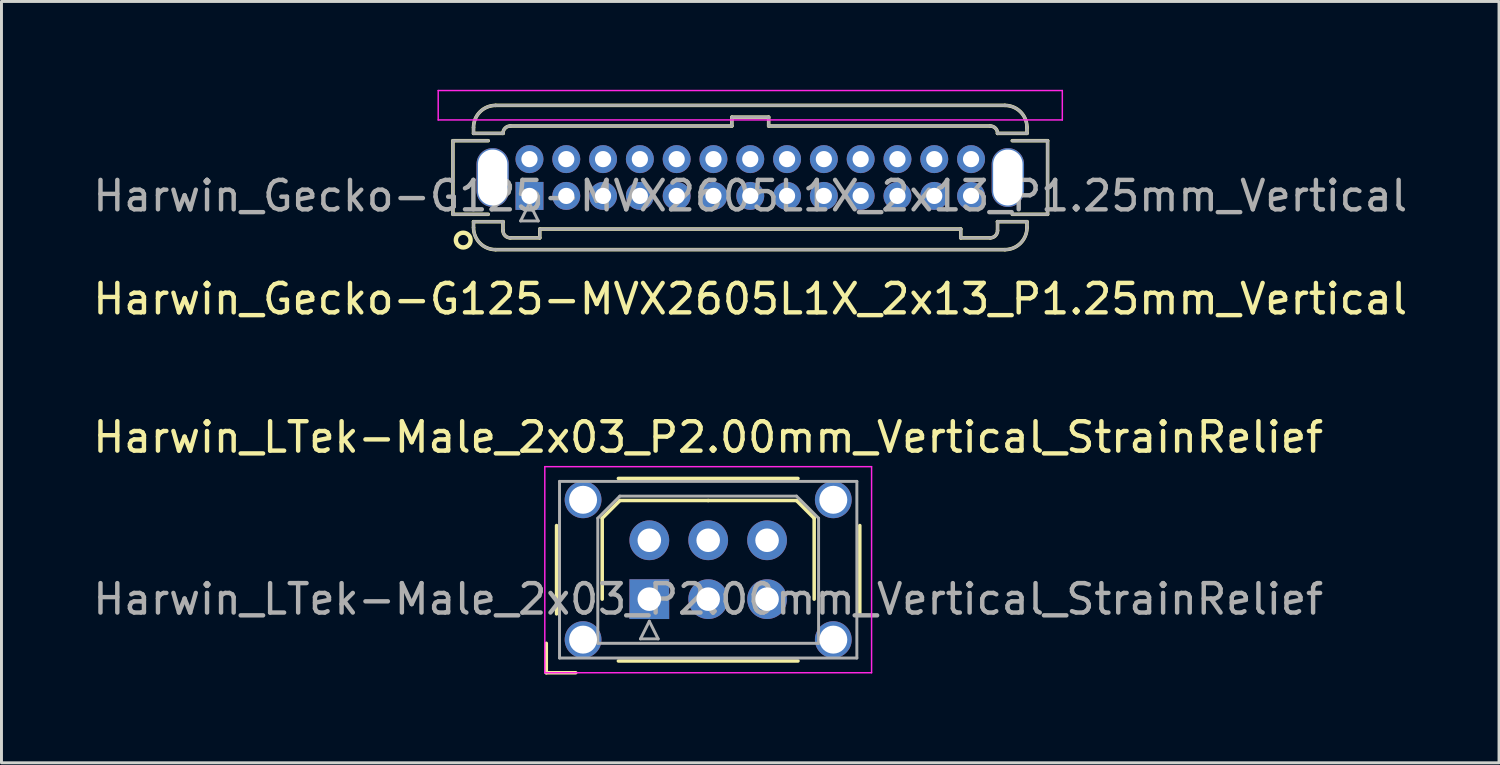
<source format=kicad_pcb>
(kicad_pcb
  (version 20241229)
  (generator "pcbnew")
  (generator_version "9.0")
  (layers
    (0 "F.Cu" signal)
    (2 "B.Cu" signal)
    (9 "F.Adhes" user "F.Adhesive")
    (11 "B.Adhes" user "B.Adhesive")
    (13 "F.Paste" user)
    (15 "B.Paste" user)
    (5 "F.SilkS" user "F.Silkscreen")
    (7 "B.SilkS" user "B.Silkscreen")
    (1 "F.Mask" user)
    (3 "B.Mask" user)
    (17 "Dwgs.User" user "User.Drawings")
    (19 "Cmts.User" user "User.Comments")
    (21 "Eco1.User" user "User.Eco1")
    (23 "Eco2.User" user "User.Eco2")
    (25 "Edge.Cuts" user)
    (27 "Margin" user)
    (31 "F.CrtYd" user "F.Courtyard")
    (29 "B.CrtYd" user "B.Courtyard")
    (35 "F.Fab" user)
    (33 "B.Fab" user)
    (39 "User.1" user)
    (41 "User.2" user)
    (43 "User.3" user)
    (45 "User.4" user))
  (footprint "Harwin_Gecko-G125-MVX2605L1X_2x13_P1.25mm_Vertical"
    (layer "F.Cu")
    (at 14.935 3.605)
    (property "Reference" "Harwin_Gecko-G125-MVX2605L1X_2x13_P1.25mm_Vertical" (at 7.5 3.5 0) (layer "F.SilkS") (effects (font (size 1 1) (thickness 0.15))))
    (attr through_hole)
    (fp_line (start -2.6 -1.875) (end -2.6 0.625) (stroke (width 0.12) (type solid)) (layer "F.SilkS"))
    (fp_line (start -2.6 0.625) (end -1.4 0.625) (stroke (width 0.12) (type solid)) (layer "F.SilkS"))
    (fp_line (start -1.9 -2.325) (end -1.9 -2.125) (stroke (width 0.12) (type solid)) (layer "F.SilkS"))
    (fp_line (start -1.9 -2.125) (end -0.9 -2.125) (stroke (width 0.12) (type solid)) (layer "F.SilkS"))
    (fp_line (start -1.9 0.875) (end -0.9 0.875) (stroke (width 0.12) (type solid)) (layer "F.SilkS"))
    (fp_line (start -1.9 1.075) (end -1.9 0.875) (stroke (width 0.12) (type solid)) (layer "F.SilkS"))
    (fp_line (start -1.4 -1.875) (end -2.6 -1.875) (stroke (width 0.12) (type solid)) (layer "F.SilkS"))
    (fp_line (start -1.15 -3.075) (end 16.15 -3.075) (stroke (width 0.12) (type solid)) (layer "F.SilkS"))
    (fp_line (start -1.15 1.825) (end 16.15 1.825) (stroke (width 0.12) (type solid)) (layer "F.SilkS"))
    (fp_line (start -0.9 -2.125) (end -0.9 -2.125) (stroke (width 0.12) (type solid)) (layer "F.SilkS"))
    (fp_line (start -0.9 0.875) (end -0.9 0.875) (stroke (width 0.12) (type solid)) (layer "F.SilkS"))
    (fp_line (start -0.9 1.175) (end -0.9 0.875) (stroke (width 0.12) (type solid)) (layer "F.SilkS"))
    (fp_line (start -0.65 -2.375) (end 6.875 -2.375) (stroke (width 0.12) (type solid)) (layer "F.SilkS"))
    (fp_line (start -0.65 1.425) (end 0.35 1.425) (stroke (width 0.12) (type solid)) (layer "F.SilkS"))
    (fp_line (start 0.35 1.125) (end 14.65 1.125) (stroke (width 0.12) (type solid)) (layer "F.SilkS"))
    (fp_line (start 0.35 1.425) (end 0.35 1.125) (stroke (width 0.12) (type solid)) (layer "F.SilkS"))
    (fp_line (start 6.875 -2.675) (end 8.125 -2.675) (stroke (width 0.12) (type solid)) (layer "F.SilkS"))
    (fp_line (start 6.875 -2.375) (end 6.875 -2.675) (stroke (width 0.12) (type solid)) (layer "F.SilkS"))
    (fp_line (start 8.125 -2.675) (end 8.125 -2.375) (stroke (width 0.12) (type solid)) (layer "F.SilkS"))
    (fp_line (start 8.125 -2.375) (end 15.65 -2.375) (stroke (width 0.12) (type solid)) (layer "F.SilkS"))
    (fp_line (start 14.65 1.125) (end 14.65 1.425) (stroke (width 0.12) (type solid)) (layer "F.SilkS"))
    (fp_line (start 14.65 1.425) (end 15.65 1.425) (stroke (width 0.12) (type solid)) (layer "F.SilkS"))
    (fp_line (start 15.9 -2.125) (end 15.9 -2.125) (stroke (width 0.12) (type solid)) (layer "F.SilkS"))
    (fp_line (start 15.9 0.875) (end 15.9 0.875) (stroke (width 0.12) (type solid)) (layer "F.SilkS"))
    (fp_line (start 15.9 1.175) (end 15.9 0.875) (stroke (width 0.12) (type solid)) (layer "F.SilkS"))
    (fp_line (start 16.4 -1.875) (end 17.6 -1.875) (stroke (width 0.12) (type solid)) (layer "F.SilkS"))
    (fp_line (start 16.9 -2.325) (end 16.9 -2.125) (stroke (width 0.12) (type solid)) (layer "F.SilkS"))
    (fp_line (start 16.9 -2.125) (end 15.9 -2.125) (stroke (width 0.12) (type solid)) (layer "F.SilkS"))
    (fp_line (start 16.9 0.875) (end 15.9 0.875) (stroke (width 0.12) (type solid)) (layer "F.SilkS"))
    (fp_line (start 16.9 1.075) (end 16.9 0.875) (stroke (width 0.12) (type solid)) (layer "F.SilkS"))
    (fp_line (start 17.6 -1.875) (end 17.6 0.625) (stroke (width 0.12) (type solid)) (layer "F.SilkS"))
    (fp_line (start 17.6 0.625) (end 16.4 0.625) (stroke (width 0.12) (type solid)) (layer "F.SilkS"))
    (fp_arc (start -1.9 -2.325) (mid -1.68033 -2.85533) (end -1.15 -3.075) (stroke (width 0.12) (type solid)) (layer "F.SilkS"))
    (fp_arc (start -1.15 1.825) (mid -1.68033 1.60533) (end -1.9 1.075) (stroke (width 0.12) (type solid)) (layer "F.SilkS"))
    (fp_arc (start -0.9 -2.125) (mid -0.826777 -2.301777) (end -0.65 -2.375) (stroke (width 0.12) (type solid)) (layer "F.SilkS"))
    (fp_arc (start -0.65 1.425) (mid -0.826777 1.351777) (end -0.9 1.175) (stroke (width 0.12) (type solid)) (layer "F.SilkS"))
    (fp_arc (start 15.65 -2.375) (mid 15.826777 -2.301777) (end 15.9 -2.125) (stroke (width 0.12) (type solid)) (layer "F.SilkS"))
    (fp_arc (start 15.9 1.175) (mid 15.826777 1.351777) (end 15.65 1.425) (stroke (width 0.12) (type solid)) (layer "F.SilkS"))
    (fp_arc (start 16.15 -3.075) (mid 16.68033 -2.85533) (end 16.9 -2.325) (stroke (width 0.12) (type solid)) (layer "F.SilkS"))
    (fp_arc (start 16.9 1.075) (mid 16.68033 1.60533) (end 16.15 1.825) (stroke (width 0.12) (type solid)) (layer "F.SilkS"))
    (fp_circle (center -2.25 1.5) (end -2 1.5) (stroke (width 0.15) (type solid)) (fill no) (layer "F.SilkS"))
    (fp_line (start -3.1 -3.58) (end -3.1 -2.58) (stroke (width 0.05) (type solid)) (layer "F.CrtYd"))
    (fp_line (start -3.1 -2.58) (end 18.1 -2.58) (stroke (width 0.05) (type solid)) (layer "F.CrtYd"))
    (fp_line (start 18.1 -3.58) (end -3.1 -3.58) (stroke (width 0.05) (type solid)) (layer "F.CrtYd"))
    (fp_line (start 18.1 -2.58) (end 18.1 -3.58) (stroke (width 0.05) (type solid)) (layer "F.CrtYd"))
    (fp_line (start -2.6 -1.875) (end -2.6 0.625) (stroke (width 0.1) (type solid)) (layer "F.Fab"))
    (fp_line (start -2.6 0.625) (end -1.4 0.625) (stroke (width 0.1) (type solid)) (layer "F.Fab"))
    (fp_line (start -1.9 -2.325) (end -1.9 -2.125) (stroke (width 0.1) (type solid)) (layer "F.Fab"))
    (fp_line (start -1.9 -2.125) (end -0.9 -2.125) (stroke (width 0.1) (type solid)) (layer "F.Fab"))
    (fp_line (start -1.9 0.875) (end -0.9 0.875) (stroke (width 0.1) (type solid)) (layer "F.Fab"))
    (fp_line (start -1.9 1.075) (end -1.9 0.875) (stroke (width 0.1) (type solid)) (layer "F.Fab"))
    (fp_line (start -1.4 -1.875) (end -2.6 -1.875) (stroke (width 0.1) (type solid)) (layer "F.Fab"))
    (fp_line (start -1.15 -3.075) (end 16.15 -3.075) (stroke (width 0.1) (type solid)) (layer "F.Fab"))
    (fp_line (start -1.15 1.825) (end 16.15 1.825) (stroke (width 0.1) (type solid)) (layer "F.Fab"))
    (fp_line (start -0.9 -2.125) (end -0.9 -2.125) (stroke (width 0.1) (type solid)) (layer "F.Fab"))
    (fp_line (start -0.9 0.875) (end -0.9 0.875) (stroke (width 0.1) (type solid)) (layer "F.Fab"))
    (fp_line (start -0.9 1.175) (end -0.9 0.875) (stroke (width 0.1) (type solid)) (layer "F.Fab"))
    (fp_line (start -0.65 -2.375) (end 6.875 -2.375) (stroke (width 0.1) (type solid)) (layer "F.Fab"))
    (fp_line (start -0.65 1.425) (end 0.35 1.425) (stroke (width 0.1) (type solid)) (layer "F.Fab"))
    (fp_line (start -0.3 0.85) (end 0.3 0.85) (stroke (width 0.1) (type solid)) (layer "F.Fab"))
    (fp_line (start 0 0.25) (end -0.3 0.85) (stroke (width 0.1) (type solid)) (layer "F.Fab"))
    (fp_line (start 0.3 0.85) (end 0 0.25) (stroke (width 0.1) (type solid)) (layer "F.Fab"))
    (fp_line (start 0.35 1.125) (end 14.65 1.125) (stroke (width 0.1) (type solid)) (layer "F.Fab"))
    (fp_line (start 0.35 1.425) (end 0.35 1.125) (stroke (width 0.1) (type solid)) (layer "F.Fab"))
    (fp_line (start 6.875 -2.675) (end 8.125 -2.675) (stroke (width 0.1) (type solid)) (layer "F.Fab"))
    (fp_line (start 6.875 -2.375) (end 6.875 -2.675) (stroke (width 0.1) (type solid)) (layer "F.Fab"))
    (fp_line (start 8.125 -2.675) (end 8.125 -2.375) (stroke (width 0.1) (type solid)) (layer "F.Fab"))
    (fp_line (start 8.125 -2.375) (end 15.65 -2.375) (stroke (width 0.1) (type solid)) (layer "F.Fab"))
    (fp_line (start 14.65 1.125) (end 14.65 1.425) (stroke (width 0.1) (type solid)) (layer "F.Fab"))
    (fp_line (start 14.65 1.425) (end 15.65 1.425) (stroke (width 0.1) (type solid)) (layer "F.Fab"))
    (fp_line (start 15.9 -2.125) (end 15.9 -2.125) (stroke (width 0.1) (type solid)) (layer "F.Fab"))
    (fp_line (start 15.9 0.875) (end 15.9 0.875) (stroke (width 0.1) (type solid)) (layer "F.Fab"))
    (fp_line (start 15.9 1.175) (end 15.9 0.875) (stroke (width 0.1) (type solid)) (layer "F.Fab"))
    (fp_line (start 16.4 -1.875) (end 17.6 -1.875) (stroke (width 0.1) (type solid)) (layer "F.Fab"))
    (fp_line (start 16.9 -2.325) (end 16.9 -2.125) (stroke (width 0.1) (type solid)) (layer "F.Fab"))
    (fp_line (start 16.9 -2.125) (end 15.9 -2.125) (stroke (width 0.1) (type solid)) (layer "F.Fab"))
    (fp_line (start 16.9 0.875) (end 15.9 0.875) (stroke (width 0.1) (type solid)) (layer "F.Fab"))
    (fp_line (start 16.9 1.075) (end 16.9 0.875) (stroke (width 0.1) (type solid)) (layer "F.Fab"))
    (fp_line (start 17.6 -1.875) (end 17.6 0.625) (stroke (width 0.1) (type solid)) (layer "F.Fab"))
    (fp_line (start 17.6 0.625) (end 16.4 0.625) (stroke (width 0.1) (type solid)) (layer "F.Fab"))
    (fp_arc (start -1.9 -2.325) (mid -1.68033 -2.85533) (end -1.15 -3.075) (stroke (width 0.1) (type solid)) (layer "F.Fab"))
    (fp_arc (start -1.15 1.825) (mid -1.68033 1.60533) (end -1.9 1.075) (stroke (width 0.1) (type solid)) (layer "F.Fab"))
    (fp_arc (start -0.9 -2.125) (mid -0.826777 -2.301777) (end -0.65 -2.375) (stroke (width 0.1) (type solid)) (layer "F.Fab"))
    (fp_arc (start -0.65 1.425) (mid -0.826777 1.351777) (end -0.9 1.175) (stroke (width 0.1) (type solid)) (layer "F.Fab"))
    (fp_arc (start 15.65 -2.375) (mid 15.826777 -2.301777) (end 15.9 -2.125) (stroke (width 0.1) (type solid)) (layer "F.Fab"))
    (fp_arc (start 15.9 1.175) (mid 15.826777 1.351777) (end 15.65 1.425) (stroke (width 0.1) (type solid)) (layer "F.Fab"))
    (fp_arc (start 16.15 -3.075) (mid 16.68033 -2.85533) (end 16.9 -2.325) (stroke (width 0.1) (type solid)) (layer "F.Fab"))
    (fp_arc (start 16.9 1.075) (mid 16.68033 1.60533) (end 16.15 1.825) (stroke (width 0.1) (type solid)) (layer "F.Fab"))
    (fp_text user "${REFERENCE}" (at 7.5 0 0) (layer "F.Fab") (effects (font (size 1 1) (thickness 0.15))))
    (pad "" np_thru_hole oval (at -1.25 -0.625) (size 1.1 2) (drill oval 1 1.9) (layers "*.Cu" "*.Mask"))
    (pad "" np_thru_hole oval (at 16.25 -0.625) (size 1.1 2) (drill oval 1 1.9) (layers "*.Cu" "*.Mask"))
    (pad "1" thru_hole rect (at 0 0) (size 0.95 0.95) (drill 0.55) (layers "*.Cu" "*.Mask"))
    (pad "2" thru_hole circle (at 0 -1.25) (size 0.95 0.95) (drill 0.55) (layers "*.Cu" "*.Mask"))
    (pad "3" thru_hole circle (at 1.25 0) (size 0.95 0.95) (drill 0.55) (layers "*.Cu" "*.Mask"))
    (pad "4" thru_hole circle (at 1.25 -1.25) (size 0.95 0.95) (drill 0.55) (layers "*.Cu" "*.Mask"))
    (pad "5" thru_hole circle (at 2.5 0) (size 0.95 0.95) (drill 0.55) (layers "*.Cu" "*.Mask"))
    (pad "6" thru_hole circle (at 2.5 -1.25) (size 0.95 0.95) (drill 0.55) (layers "*.Cu" "*.Mask"))
    (pad "7" thru_hole circle (at 3.75 0) (size 0.95 0.95) (drill 0.55) (layers "*.Cu" "*.Mask"))
    (pad "8" thru_hole circle (at 3.75 -1.25) (size 0.95 0.95) (drill 0.55) (layers "*.Cu" "*.Mask"))
    (pad "9" thru_hole circle (at 5 0) (size 0.95 0.95) (drill 0.55) (layers "*.Cu" "*.Mask"))
    (pad "10" thru_hole circle (at 5 -1.25) (size 0.95 0.95) (drill 0.55) (layers "*.Cu" "*.Mask"))
    (pad "11" thru_hole circle (at 6.25 0) (size 0.95 0.95) (drill 0.55) (layers "*.Cu" "*.Mask"))
    (pad "12" thru_hole circle (at 6.25 -1.25) (size 0.95 0.95) (drill 0.55) (layers "*.Cu" "*.Mask"))
    (pad "13" thru_hole circle (at 7.5 0) (size 0.95 0.95) (drill 0.55) (layers "*.Cu" "*.Mask"))
    (pad "14" thru_hole circle (at 7.5 -1.25) (size 0.95 0.95) (drill 0.55) (layers "*.Cu" "*.Mask"))
    (pad "15" thru_hole circle (at 8.75 0) (size 0.95 0.95) (drill 0.55) (layers "*.Cu" "*.Mask"))
    (pad "16" thru_hole circle (at 8.75 -1.25) (size 0.95 0.95) (drill 0.55) (layers "*.Cu" "*.Mask"))
    (pad "17" thru_hole circle (at 10 0) (size 0.95 0.95) (drill 0.55) (layers "*.Cu" "*.Mask"))
    (pad "18" thru_hole circle (at 10 -1.25) (size 0.95 0.95) (drill 0.55) (layers "*.Cu" "*.Mask"))
    (pad "19" thru_hole circle (at 11.25 0) (size 0.95 0.95) (drill 0.55) (layers "*.Cu" "*.Mask"))
    (pad "20" thru_hole circle (at 11.25 -1.25) (size 0.95 0.95) (drill 0.55) (layers "*.Cu" "*.Mask"))
    (pad "21" thru_hole circle (at 12.5 0) (size 0.95 0.95) (drill 0.55) (layers "*.Cu" "*.Mask"))
    (pad "22" thru_hole circle (at 12.5 -1.25) (size 0.95 0.95) (drill 0.55) (layers "*.Cu" "*.Mask"))
    (pad "23" thru_hole circle (at 13.75 0) (size 0.95 0.95) (drill 0.55) (layers "*.Cu" "*.Mask"))
    (pad "24" thru_hole circle (at 13.75 -1.25) (size 0.95 0.95) (drill 0.55) (layers "*.Cu" "*.Mask"))
    (pad "25" thru_hole circle (at 15 0) (size 0.95 0.95) (drill 0.55) (layers "*.Cu" "*.Mask"))
    (pad "26" thru_hole circle (at 15 -1.25) (size 0.95 0.95) (drill 0.55) (layers "*.Cu" "*.Mask")))
  (footprint "Harwin_LTek-Male_2x03_P2.00mm_Vertical_StrainRelief"
    (layer "F.Cu")
    (at 19.006 17.302)
    (property "Reference" "Harwin_LTek-Male_2x03_P2.00mm_Vertical_StrainRelief" (at 2 -5.5 0) (layer "F.SilkS") (effects (font (size 1 1) (thickness 0.15))))
    (attr through_hole)
    (fp_line (start -3.5 1.5) (end -3.5 2.5) (stroke (width 0.12) (type solid)) (layer "F.SilkS"))
    (fp_line (start -3.5 2.5) (end -2.5 2.5) (stroke (width 0.12) (type solid)) (layer "F.SilkS"))
    (fp_line (start -3.15 -2.5) (end -3.15 0.5) (stroke (width 0.12) (type solid)) (layer "F.SilkS"))
    (fp_line (start -1.6 -2.75) (end -1 -3.35) (stroke (width 0.12) (type solid)) (layer "F.SilkS"))
    (fp_line (start -1.6 0) (end -1.6 -2.75) (stroke (width 0.12) (type solid)) (layer "F.SilkS"))
    (fp_line (start -1.05 -4.1) (end 5.05 -4.1) (stroke (width 0.12) (type solid)) (layer "F.SilkS"))
    (fp_line (start -1.05 2.1) (end 5.05 2.1) (stroke (width 0.12) (type solid)) (layer "F.SilkS"))
    (fp_line (start -1 -3.35) (end 2 -3.35) (stroke (width 0.12) (type solid)) (layer "F.SilkS"))
    (fp_line (start 5 -3.35) (end 2 -3.35) (stroke (width 0.12) (type solid)) (layer "F.SilkS"))
    (fp_line (start 5.6 -2.75) (end 5 -3.35) (stroke (width 0.12) (type solid)) (layer "F.SilkS"))
    (fp_line (start 5.6 0) (end 5.6 -2.75) (stroke (width 0.12) (type solid)) (layer "F.SilkS"))
    (fp_line (start 7.15 -2.5) (end 7.15 0.5) (stroke (width 0.12) (type solid)) (layer "F.SilkS"))
    (fp_line (start -3.55 -4.5) (end -3.55 2.5) (stroke (width 0.05) (type solid)) (layer "F.CrtYd"))
    (fp_line (start -3.55 2.5) (end 7.55 2.5) (stroke (width 0.05) (type solid)) (layer "F.CrtYd"))
    (fp_line (start 7.55 -4.5) (end -3.55 -4.5) (stroke (width 0.05) (type solid)) (layer "F.CrtYd"))
    (fp_line (start 7.55 2.5) (end 7.55 -4.5) (stroke (width 0.05) (type solid)) (layer "F.CrtYd"))
    (fp_line (start -3.05 -4) (end -3.05 2) (stroke (width 0.1) (type solid)) (layer "F.Fab"))
    (fp_line (start -3.05 2) (end 7.05 2) (stroke (width 0.1) (type solid)) (layer "F.Fab"))
    (fp_line (start -1.75 -2.75) (end -1 -3.5) (stroke (width 0.1) (type solid)) (layer "F.Fab"))
    (fp_line (start -1.75 1.5) (end -1.75 -2.75) (stroke (width 0.1) (type solid)) (layer "F.Fab"))
    (fp_line (start -1 -3.5) (end 5 -3.5) (stroke (width 0.1) (type solid)) (layer "F.Fab"))
    (fp_line (start -0.3 1.35) (end 0.3 1.35) (stroke (width 0.1) (type solid)) (layer "F.Fab"))
    (fp_line (start 0 0.75) (end -0.3 1.35) (stroke (width 0.1) (type solid)) (layer "F.Fab"))
    (fp_line (start 0.3 1.35) (end 0 0.75) (stroke (width 0.1) (type solid)) (layer "F.Fab"))
    (fp_line (start 5 -3.5) (end 5.75 -2.75) (stroke (width 0.1) (type solid)) (layer "F.Fab"))
    (fp_line (start 5.75 -2.75) (end 5.75 1.5) (stroke (width 0.1) (type solid)) (layer "F.Fab"))
    (fp_line (start 5.75 1.5) (end -1.75 1.5) (stroke (width 0.1) (type solid)) (layer "F.Fab"))
    (fp_line (start 7.05 -4) (end -3.05 -4) (stroke (width 0.1) (type solid)) (layer "F.Fab"))
    (fp_line (start 7.05 2) (end 7.05 -4) (stroke (width 0.1) (type solid)) (layer "F.Fab"))
    (fp_text user "${REFERENCE}" (at 2 0 0) (layer "F.Fab") (effects (font (size 1 1) (thickness 0.15))))
    (pad "" thru_hole circle (at -2.25 -3.375) (size 1.25 1.25) (drill 0.95) (layers "*.Cu" "*.Mask"))
    (pad "" thru_hole circle (at -2.25 1.375) (size 1.25 1.25) (drill 0.95) (layers "*.Cu" "*.Mask"))
    (pad "" thru_hole circle (at 6.25 -3.375) (size 1.25 1.25) (drill 0.95) (layers "*.Cu" "*.Mask"))
    (pad "" thru_hole circle (at 6.25 1.375) (size 1.25 1.25) (drill 0.95) (layers "*.Cu" "*.Mask"))
    (pad "1" thru_hole rect (at 0 0) (size 1.35 1.35) (drill 0.8) (layers "*.Cu" "*.Mask"))
    (pad "2" thru_hole circle (at 0 -2) (size 1.35 1.35) (drill 0.8) (layers "*.Cu" "*.Mask"))
    (pad "3" thru_hole circle (at 2 0) (size 1.35 1.35) (drill 0.8) (layers "*.Cu" "*.Mask"))
    (pad "4" thru_hole circle (at 2 -2) (size 1.35 1.35) (drill 0.8) (layers "*.Cu" "*.Mask"))
    (pad "5" thru_hole circle (at 4 0) (size 1.35 1.35) (drill 0.8) (layers "*.Cu" "*.Mask"))
    (pad "6" thru_hole circle (at 4 -2) (size 1.35 1.35) (drill 0.8) (layers "*.Cu" "*.Mask")))
  (gr_rect
    (start -3 -3)
    (end 47.869 22.861)
    (stroke (width 0.1) (type default))
    (fill no)
    (layer "Edge.Cuts")))
</source>
